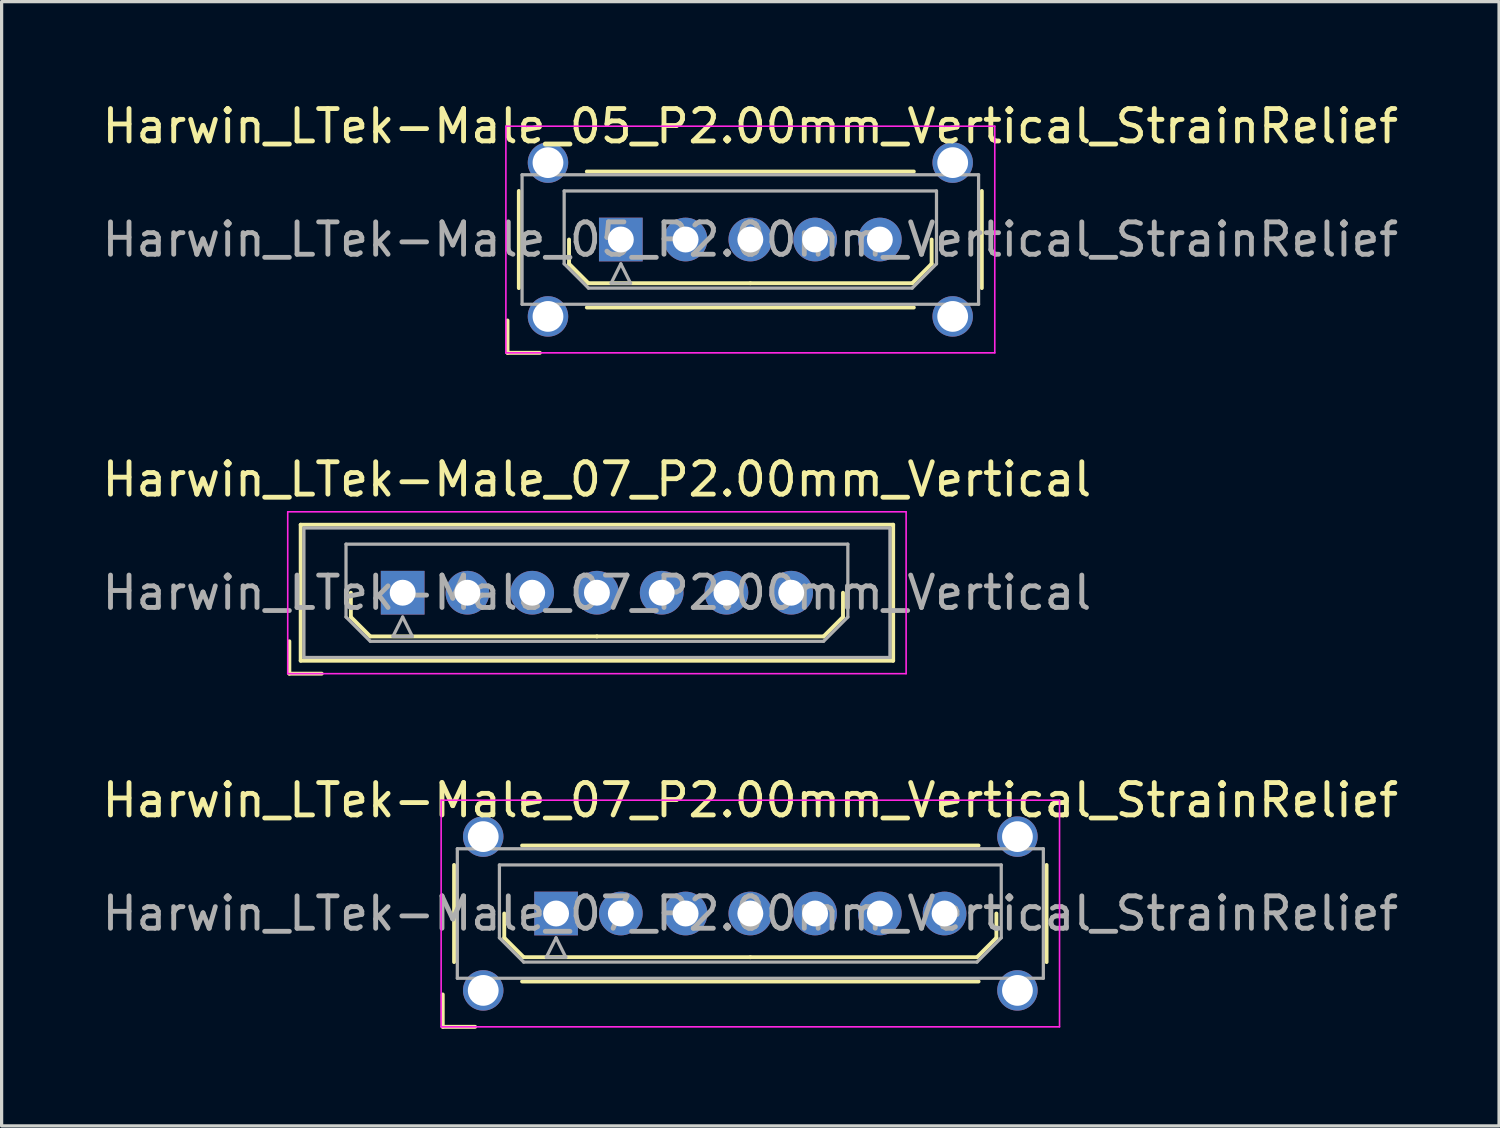
<source format=kicad_pcb>
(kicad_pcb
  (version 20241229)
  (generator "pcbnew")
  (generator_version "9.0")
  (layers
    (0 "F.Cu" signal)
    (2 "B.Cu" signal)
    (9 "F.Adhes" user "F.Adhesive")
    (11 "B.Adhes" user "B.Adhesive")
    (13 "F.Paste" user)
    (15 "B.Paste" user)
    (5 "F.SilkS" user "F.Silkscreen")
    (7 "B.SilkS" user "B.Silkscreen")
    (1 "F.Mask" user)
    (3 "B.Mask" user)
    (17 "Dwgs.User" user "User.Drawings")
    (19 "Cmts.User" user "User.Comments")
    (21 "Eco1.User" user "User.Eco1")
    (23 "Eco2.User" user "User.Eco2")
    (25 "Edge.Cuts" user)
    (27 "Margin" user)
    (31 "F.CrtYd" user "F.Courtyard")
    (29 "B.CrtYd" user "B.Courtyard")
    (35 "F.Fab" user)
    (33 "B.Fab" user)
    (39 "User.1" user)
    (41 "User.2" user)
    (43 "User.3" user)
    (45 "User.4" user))
  (footprint "Harwin_LTek-Male_07_P2.00mm_Vertical"
    (layer "F.Cu")
    (at 9.387 15.257)
    (property "Reference" "Harwin_LTek-Male_07_P2.00mm_Vertical" (at 6 -3.5 0) (layer "F.SilkS") (effects (font (size 1 1) (thickness 0.15))))
    (attr through_hole)
    (fp_line (start -3.5 1.5) (end -3.5 2.5) (stroke (width 0.12) (type solid)) (layer "F.SilkS"))
    (fp_line (start -3.5 2.5) (end -2.5 2.5) (stroke (width 0.12) (type solid)) (layer "F.SilkS"))
    (fp_line (start -3.15 -2.1) (end -3.15 2.1) (stroke (width 0.12) (type solid)) (layer "F.SilkS"))
    (fp_line (start -3.15 2.1) (end 15.15 2.1) (stroke (width 0.12) (type solid)) (layer "F.SilkS"))
    (fp_line (start -1.6 0) (end -1.6 0.75) (stroke (width 0.12) (type solid)) (layer "F.SilkS"))
    (fp_line (start -1.6 0.75) (end -1 1.35) (stroke (width 0.12) (type solid)) (layer "F.SilkS"))
    (fp_line (start -1 1.35) (end 6 1.35) (stroke (width 0.12) (type solid)) (layer "F.SilkS"))
    (fp_line (start 13 1.35) (end 6 1.35) (stroke (width 0.12) (type solid)) (layer "F.SilkS"))
    (fp_line (start 13.6 0) (end 13.6 0.75) (stroke (width 0.12) (type solid)) (layer "F.SilkS"))
    (fp_line (start 13.6 0.75) (end 13 1.35) (stroke (width 0.12) (type solid)) (layer "F.SilkS"))
    (fp_line (start 15.15 -2.1) (end -3.15 -2.1) (stroke (width 0.12) (type solid)) (layer "F.SilkS"))
    (fp_line (start 15.15 2.1) (end 15.15 -2.1) (stroke (width 0.12) (type solid)) (layer "F.SilkS"))
    (fp_line (start -3.55 -2.5) (end -3.55 2.5) (stroke (width 0.05) (type solid)) (layer "F.CrtYd"))
    (fp_line (start -3.55 2.5) (end 15.55 2.5) (stroke (width 0.05) (type solid)) (layer "F.CrtYd"))
    (fp_line (start 15.55 -2.5) (end -3.55 -2.5) (stroke (width 0.05) (type solid)) (layer "F.CrtYd"))
    (fp_line (start 15.55 2.5) (end 15.55 -2.5) (stroke (width 0.05) (type solid)) (layer "F.CrtYd"))
    (fp_line (start -3.05 -2) (end -3.05 2) (stroke (width 0.1) (type solid)) (layer "F.Fab"))
    (fp_line (start -3.05 2) (end 15.05 2) (stroke (width 0.1) (type solid)) (layer "F.Fab"))
    (fp_line (start -1.75 -1.5) (end 13.75 -1.5) (stroke (width 0.1) (type solid)) (layer "F.Fab"))
    (fp_line (start -1.75 0.75) (end -1.75 -1.5) (stroke (width 0.1) (type solid)) (layer "F.Fab"))
    (fp_line (start -1 1.5) (end -1.75 0.75) (stroke (width 0.1) (type solid)) (layer "F.Fab"))
    (fp_line (start -0.3 1.35) (end 0.3 1.35) (stroke (width 0.1) (type solid)) (layer "F.Fab"))
    (fp_line (start 0 0.75) (end -0.3 1.35) (stroke (width 0.1) (type solid)) (layer "F.Fab"))
    (fp_line (start 0.3 1.35) (end 0 0.75) (stroke (width 0.1) (type solid)) (layer "F.Fab"))
    (fp_line (start 13 1.5) (end -1 1.5) (stroke (width 0.1) (type solid)) (layer "F.Fab"))
    (fp_line (start 13.75 -1.5) (end 13.75 0.75) (stroke (width 0.1) (type solid)) (layer "F.Fab"))
    (fp_line (start 13.75 0.75) (end 13 1.5) (stroke (width 0.1) (type solid)) (layer "F.Fab"))
    (fp_line (start 15.05 -2) (end -3.05 -2) (stroke (width 0.1) (type solid)) (layer "F.Fab"))
    (fp_line (start 15.05 2) (end 15.05 -2) (stroke (width 0.1) (type solid)) (layer "F.Fab"))
    (fp_text user "${REFERENCE}" (at 6 0 0) (layer "F.Fab") (effects (font (size 1 1) (thickness 0.15))))
    (pad "1" thru_hole rect (at 0 0) (size 1.35 1.35) (drill 0.8) (layers "*.Cu" "*.Mask"))
    (pad "2" thru_hole circle (at 2 0) (size 1.35 1.35) (drill 0.8) (layers "*.Cu" "*.Mask"))
    (pad "3" thru_hole circle (at 4 0) (size 1.35 1.35) (drill 0.8) (layers "*.Cu" "*.Mask"))
    (pad "4" thru_hole circle (at 6 0) (size 1.35 1.35) (drill 0.8) (layers "*.Cu" "*.Mask"))
    (pad "5" thru_hole circle (at 8 0) (size 1.35 1.35) (drill 0.8) (layers "*.Cu" "*.Mask"))
    (pad "6" thru_hole circle (at 10 0) (size 1.35 1.35) (drill 0.8) (layers "*.Cu" "*.Mask"))
    (pad "7" thru_hole circle (at 12 0) (size 1.35 1.35) (drill 0.8) (layers "*.Cu" "*.Mask")))
  (footprint "Harwin_LTek-Male_07_P2.00mm_Vertical_StrainRelief"
    (layer "F.Cu")
    (at 14.125 25.165)
    (property "Reference" "Harwin_LTek-Male_07_P2.00mm_Vertical_StrainRelief" (at 6 -3.5 0) (layer "F.SilkS") (effects (font (size 1 1) (thickness 0.15))))
    (attr through_hole)
    (fp_line (start -3.5 2.5) (end -3.5 3.5) (stroke (width 0.12) (type solid)) (layer "F.SilkS"))
    (fp_line (start -3.5 3.5) (end -2.5 3.5) (stroke (width 0.12) (type solid)) (layer "F.SilkS"))
    (fp_line (start -3.15 -1.5) (end -3.15 1.5) (stroke (width 0.12) (type solid)) (layer "F.SilkS"))
    (fp_line (start -1.6 0) (end -1.6 0.75) (stroke (width 0.12) (type solid)) (layer "F.SilkS"))
    (fp_line (start -1.6 0.75) (end -1 1.35) (stroke (width 0.12) (type solid)) (layer "F.SilkS"))
    (fp_line (start -1.05 -2.1) (end 13.05 -2.1) (stroke (width 0.12) (type solid)) (layer "F.SilkS"))
    (fp_line (start -1.05 2.1) (end 13.05 2.1) (stroke (width 0.12) (type solid)) (layer "F.SilkS"))
    (fp_line (start -1 1.35) (end 6 1.35) (stroke (width 0.12) (type solid)) (layer "F.SilkS"))
    (fp_line (start 13 1.35) (end 6 1.35) (stroke (width 0.12) (type solid)) (layer "F.SilkS"))
    (fp_line (start 13.6 0) (end 13.6 0.75) (stroke (width 0.12) (type solid)) (layer "F.SilkS"))
    (fp_line (start 13.6 0.75) (end 13 1.35) (stroke (width 0.12) (type solid)) (layer "F.SilkS"))
    (fp_line (start 15.15 -1.5) (end 15.15 1.5) (stroke (width 0.12) (type solid)) (layer "F.SilkS"))
    (fp_line (start -3.55 -3.5) (end -3.55 3.5) (stroke (width 0.05) (type solid)) (layer "F.CrtYd"))
    (fp_line (start -3.55 3.5) (end 15.55 3.5) (stroke (width 0.05) (type solid)) (layer "F.CrtYd"))
    (fp_line (start 15.55 -3.5) (end -3.55 -3.5) (stroke (width 0.05) (type solid)) (layer "F.CrtYd"))
    (fp_line (start 15.55 3.5) (end 15.55 -3.5) (stroke (width 0.05) (type solid)) (layer "F.CrtYd"))
    (fp_line (start -3.05 -2) (end -3.05 2) (stroke (width 0.1) (type solid)) (layer "F.Fab"))
    (fp_line (start -3.05 2) (end 15.05 2) (stroke (width 0.1) (type solid)) (layer "F.Fab"))
    (fp_line (start -1.75 -1.5) (end 13.75 -1.5) (stroke (width 0.1) (type solid)) (layer "F.Fab"))
    (fp_line (start -1.75 0.75) (end -1.75 -1.5) (stroke (width 0.1) (type solid)) (layer "F.Fab"))
    (fp_line (start -1 1.5) (end -1.75 0.75) (stroke (width 0.1) (type solid)) (layer "F.Fab"))
    (fp_line (start -0.3 1.35) (end 0.3 1.35) (stroke (width 0.1) (type solid)) (layer "F.Fab"))
    (fp_line (start 0 0.75) (end -0.3 1.35) (stroke (width 0.1) (type solid)) (layer "F.Fab"))
    (fp_line (start 0.3 1.35) (end 0 0.75) (stroke (width 0.1) (type solid)) (layer "F.Fab"))
    (fp_line (start 13 1.5) (end -1 1.5) (stroke (width 0.1) (type solid)) (layer "F.Fab"))
    (fp_line (start 13.75 -1.5) (end 13.75 0.75) (stroke (width 0.1) (type solid)) (layer "F.Fab"))
    (fp_line (start 13.75 0.75) (end 13 1.5) (stroke (width 0.1) (type solid)) (layer "F.Fab"))
    (fp_line (start 15.05 -2) (end -3.05 -2) (stroke (width 0.1) (type solid)) (layer "F.Fab"))
    (fp_line (start 15.05 2) (end 15.05 -2) (stroke (width 0.1) (type solid)) (layer "F.Fab"))
    (fp_text user "${REFERENCE}" (at 6 0 0) (layer "F.Fab") (effects (font (size 1 1) (thickness 0.15))))
    (pad "" thru_hole circle (at -2.25 -2.375) (size 1.25 1.25) (drill 0.95) (layers "*.Cu" "*.Mask"))
    (pad "" thru_hole circle (at -2.25 2.375) (size 1.25 1.25) (drill 0.95) (layers "*.Cu" "*.Mask"))
    (pad "" thru_hole circle (at 14.25 -2.375) (size 1.25 1.25) (drill 0.95) (layers "*.Cu" "*.Mask"))
    (pad "" thru_hole circle (at 14.25 2.375) (size 1.25 1.25) (drill 0.95) (layers "*.Cu" "*.Mask"))
    (pad "1" thru_hole rect (at 0 0) (size 1.35 1.35) (drill 0.8) (layers "*.Cu" "*.Mask"))
    (pad "2" thru_hole circle (at 2 0) (size 1.35 1.35) (drill 0.8) (layers "*.Cu" "*.Mask"))
    (pad "3" thru_hole circle (at 4 0) (size 1.35 1.35) (drill 0.8) (layers "*.Cu" "*.Mask"))
    (pad "4" thru_hole circle (at 6 0) (size 1.35 1.35) (drill 0.8) (layers "*.Cu" "*.Mask"))
    (pad "5" thru_hole circle (at 8 0) (size 1.35 1.35) (drill 0.8) (layers "*.Cu" "*.Mask"))
    (pad "6" thru_hole circle (at 10 0) (size 1.35 1.35) (drill 0.8) (layers "*.Cu" "*.Mask"))
    (pad "7" thru_hole circle (at 12 0) (size 1.35 1.35) (drill 0.8) (layers "*.Cu" "*.Mask")))
  (footprint "Harwin_LTek-Male_05_P2.00mm_Vertical_StrainRelief"
    (layer "F.Cu")
    (at 16.125 4.348)
    (property "Reference" "Harwin_LTek-Male_05_P2.00mm_Vertical_StrainRelief" (at 4 -3.5 0) (layer "F.SilkS") (effects (font (size 1 1) (thickness 0.15))))
    (attr through_hole)
    (fp_line (start -3.5 2.5) (end -3.5 3.5) (stroke (width 0.12) (type solid)) (layer "F.SilkS"))
    (fp_line (start -3.5 3.5) (end -2.5 3.5) (stroke (width 0.12) (type solid)) (layer "F.SilkS"))
    (fp_line (start -3.15 -1.5) (end -3.15 1.5) (stroke (width 0.12) (type solid)) (layer "F.SilkS"))
    (fp_line (start -1.6 0) (end -1.6 0.75) (stroke (width 0.12) (type solid)) (layer "F.SilkS"))
    (fp_line (start -1.6 0.75) (end -1 1.35) (stroke (width 0.12) (type solid)) (layer "F.SilkS"))
    (fp_line (start -1.05 -2.1) (end 9.05 -2.1) (stroke (width 0.12) (type solid)) (layer "F.SilkS"))
    (fp_line (start -1.05 2.1) (end 9.05 2.1) (stroke (width 0.12) (type solid)) (layer "F.SilkS"))
    (fp_line (start -1 1.35) (end 4 1.35) (stroke (width 0.12) (type solid)) (layer "F.SilkS"))
    (fp_line (start 9 1.35) (end 4 1.35) (stroke (width 0.12) (type solid)) (layer "F.SilkS"))
    (fp_line (start 9.6 0) (end 9.6 0.75) (stroke (width 0.12) (type solid)) (layer "F.SilkS"))
    (fp_line (start 9.6 0.75) (end 9 1.35) (stroke (width 0.12) (type solid)) (layer "F.SilkS"))
    (fp_line (start 11.15 -1.5) (end 11.15 1.5) (stroke (width 0.12) (type solid)) (layer "F.SilkS"))
    (fp_line (start -3.55 -3.5) (end -3.55 3.5) (stroke (width 0.05) (type solid)) (layer "F.CrtYd"))
    (fp_line (start -3.55 3.5) (end 11.55 3.5) (stroke (width 0.05) (type solid)) (layer "F.CrtYd"))
    (fp_line (start 11.55 -3.5) (end -3.55 -3.5) (stroke (width 0.05) (type solid)) (layer "F.CrtYd"))
    (fp_line (start 11.55 3.5) (end 11.55 -3.5) (stroke (width 0.05) (type solid)) (layer "F.CrtYd"))
    (fp_line (start -3.05 -2) (end -3.05 2) (stroke (width 0.1) (type solid)) (layer "F.Fab"))
    (fp_line (start -3.05 2) (end 11.05 2) (stroke (width 0.1) (type solid)) (layer "F.Fab"))
    (fp_line (start -1.75 -1.5) (end 9.75 -1.5) (stroke (width 0.1) (type solid)) (layer "F.Fab"))
    (fp_line (start -1.75 0.75) (end -1.75 -1.5) (stroke (width 0.1) (type solid)) (layer "F.Fab"))
    (fp_line (start -1 1.5) (end -1.75 0.75) (stroke (width 0.1) (type solid)) (layer "F.Fab"))
    (fp_line (start -0.3 1.35) (end 0.3 1.35) (stroke (width 0.1) (type solid)) (layer "F.Fab"))
    (fp_line (start 0 0.75) (end -0.3 1.35) (stroke (width 0.1) (type solid)) (layer "F.Fab"))
    (fp_line (start 0.3 1.35) (end 0 0.75) (stroke (width 0.1) (type solid)) (layer "F.Fab"))
    (fp_line (start 9 1.5) (end -1 1.5) (stroke (width 0.1) (type solid)) (layer "F.Fab"))
    (fp_line (start 9.75 -1.5) (end 9.75 0.75) (stroke (width 0.1) (type solid)) (layer "F.Fab"))
    (fp_line (start 9.75 0.75) (end 9 1.5) (stroke (width 0.1) (type solid)) (layer "F.Fab"))
    (fp_line (start 11.05 -2) (end -3.05 -2) (stroke (width 0.1) (type solid)) (layer "F.Fab"))
    (fp_line (start 11.05 2) (end 11.05 -2) (stroke (width 0.1) (type solid)) (layer "F.Fab"))
    (fp_text user "${REFERENCE}" (at 4 0 0) (layer "F.Fab") (effects (font (size 1 1) (thickness 0.15))))
    (pad "" thru_hole circle (at -2.25 -2.375) (size 1.25 1.25) (drill 0.95) (layers "*.Cu" "*.Mask"))
    (pad "" thru_hole circle (at -2.25 2.375) (size 1.25 1.25) (drill 0.95) (layers "*.Cu" "*.Mask"))
    (pad "" thru_hole circle (at 10.25 -2.375) (size 1.25 1.25) (drill 0.95) (layers "*.Cu" "*.Mask"))
    (pad "" thru_hole circle (at 10.25 2.375) (size 1.25 1.25) (drill 0.95) (layers "*.Cu" "*.Mask"))
    (pad "1" thru_hole rect (at 0 0) (size 1.35 1.35) (drill 0.8) (layers "*.Cu" "*.Mask"))
    (pad "2" thru_hole circle (at 2 0) (size 1.35 1.35) (drill 0.8) (layers "*.Cu" "*.Mask"))
    (pad "3" thru_hole circle (at 4 0) (size 1.35 1.35) (drill 0.8) (layers "*.Cu" "*.Mask"))
    (pad "4" thru_hole circle (at 6 0) (size 1.35 1.35) (drill 0.8) (layers "*.Cu" "*.Mask"))
    (pad "5" thru_hole circle (at 8 0) (size 1.35 1.35) (drill 0.8) (layers "*.Cu" "*.Mask")))
  (gr_rect
    (start -3 -3)
    (end 43.25 31.725)
    (stroke (width 0.1) (type default))
    (fill no)
    (layer "Edge.Cuts")))
</source>
